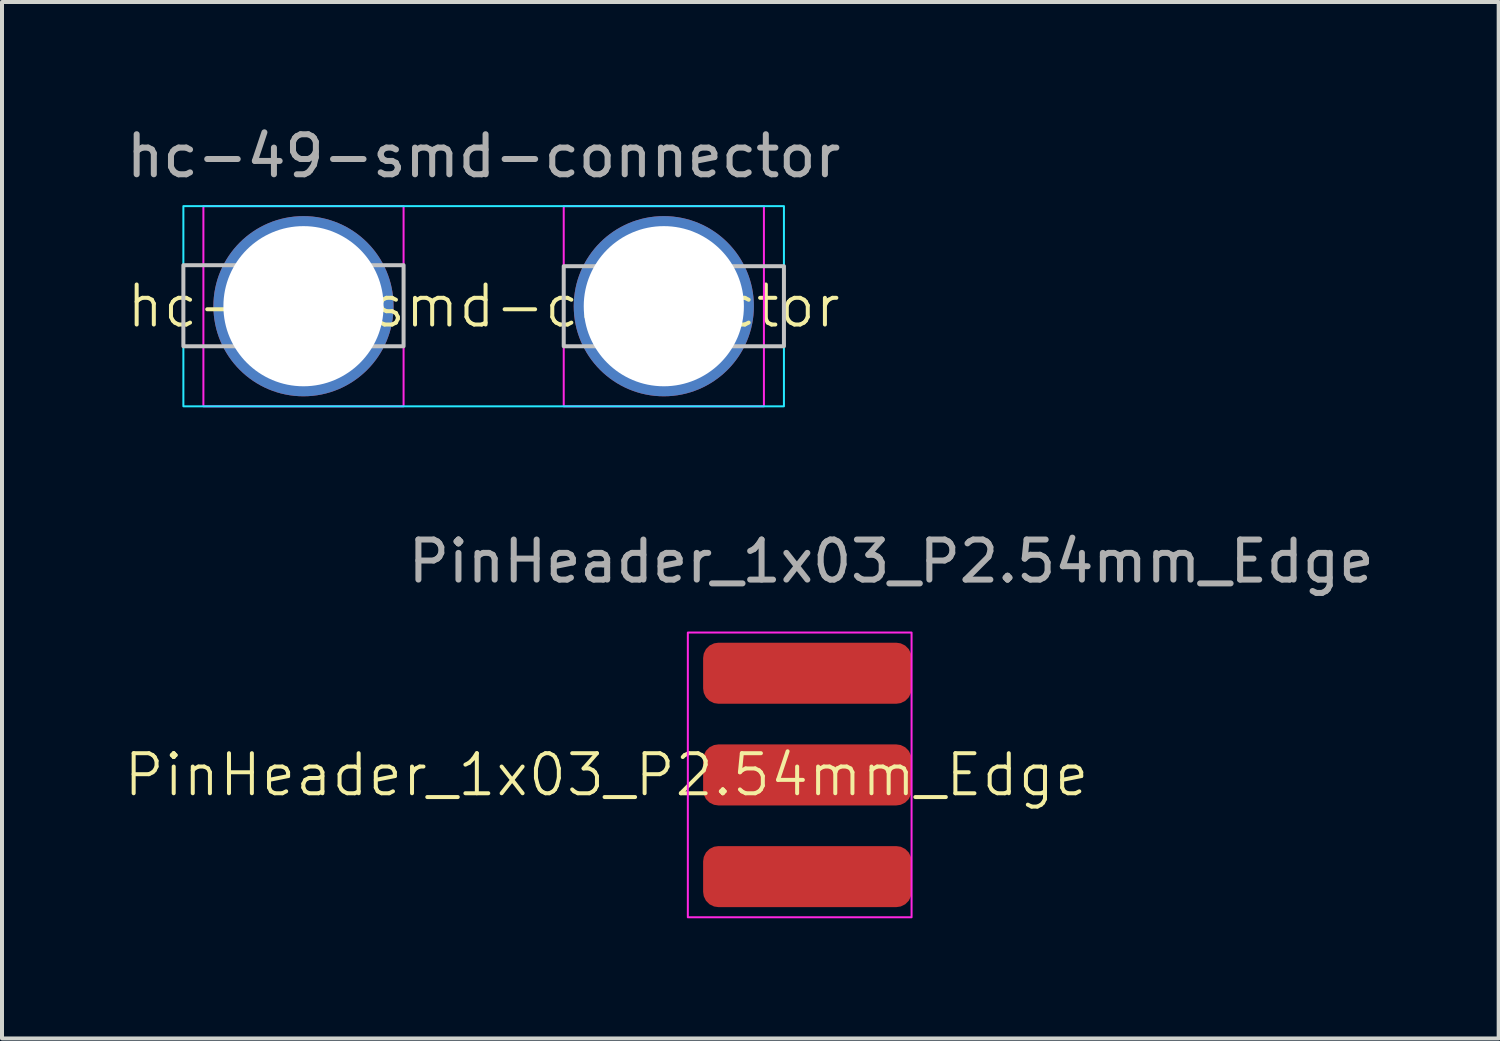
<source format=kicad_pcb>
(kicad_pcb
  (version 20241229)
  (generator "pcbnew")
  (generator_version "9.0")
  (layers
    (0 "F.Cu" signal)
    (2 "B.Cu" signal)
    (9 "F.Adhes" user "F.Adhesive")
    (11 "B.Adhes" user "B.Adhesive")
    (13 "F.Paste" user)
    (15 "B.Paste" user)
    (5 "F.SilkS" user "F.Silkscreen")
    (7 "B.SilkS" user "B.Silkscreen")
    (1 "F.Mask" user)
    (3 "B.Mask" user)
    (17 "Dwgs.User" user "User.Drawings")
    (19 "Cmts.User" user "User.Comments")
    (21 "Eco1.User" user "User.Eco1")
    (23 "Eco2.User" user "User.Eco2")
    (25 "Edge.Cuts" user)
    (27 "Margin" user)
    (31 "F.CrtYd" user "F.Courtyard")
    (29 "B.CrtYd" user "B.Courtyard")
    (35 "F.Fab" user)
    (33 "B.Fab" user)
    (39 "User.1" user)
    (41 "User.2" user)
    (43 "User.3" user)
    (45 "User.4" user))
  (footprint "hc-49-smd-connector"
    (layer "F.Cu")
    (at 9.03 4.598)
    (property "Reference" "hc-49-smd-connector" (at 0 0 0) (unlocked yes) (layer "F.SilkS") (effects (font (size 1 1) (thickness 0.1))))
    (attr through_hole)
    (fp_rect (start -7.5 -1.025) (end -2 1) (stroke (width 0.1) (type default)) (fill no) (layer "Dwgs.User"))
    (fp_rect (start 2 -1) (end 7.5 1) (stroke (width 0.1) (type default)) (fill no) (layer "Dwgs.User"))
    (fp_rect (start -7.5 -2.5) (end 7.5 2.5) (stroke (width 0.05) (type default)) (fill no) (layer "B.CrtYd"))
    (fp_rect (start -7 -2.5) (end -2 2.5) (stroke (width 0.05) (type default)) (fill no) (layer "F.CrtYd"))
    (fp_rect (start 2 -2.5) (end 7 2.5) (stroke (width 0.05) (type default)) (fill no) (layer "F.CrtYd"))
    (fp_text user "${REFERENCE}" (at 0 -3.75 0) (unlocked yes) (layer "F.Fab") (effects (font (size 1 1) (thickness 0.15))))
    (pad "1" thru_hole circle (at -4.5 0) (size 4.5 4.5) (drill 4) (layers "*.Cu" "*.Mask"))
    (pad "2" thru_hole circle (at 4.5 0) (size 4.5 4.5) (drill 4) (layers "*.Cu" "*.Mask")))
  (footprint "PinHeader_1x03_P2.54mm_Edge"
    (layer "F.Cu")
    (at 19.21 16.305)
    (property "Reference" "PinHeader_1x03_P2.54mm_Edge" (at -7.112 0 0) (unlocked yes) (layer "F.SilkS") (effects (font (size 1 1) (thickness 0.1))))
    (attr smd)
    (fp_rect (start -5.08 -3.556) (end 0.508 3.556) (stroke (width 0.05) (type default)) (fill no) (layer "F.CrtYd"))
    (fp_text user "${REFERENCE}" (at 0 -5.334 0) (unlocked yes) (layer "F.Fab") (effects (font (size 1 1) (thickness 0.15))))
    (pad "1" connect roundrect (at -2.095 2.54) (size 5.207 1.524) (layers "F.Cu" "F.Mask") (roundrect_rratio 0.25))
    (pad "2" connect roundrect (at -2.095 0) (size 5.207 1.524) (layers "F.Cu" "F.Mask") (roundrect_rratio 0.25))
    (pad "3" connect roundrect (at -2.095 -2.54) (size 5.207 1.524) (layers "F.Cu" "F.Mask") (roundrect_rratio 0.25)))
  (gr_rect
    (start -3 -3)
    (end 34.382 22.887)
    (stroke (width 0.1) (type default))
    (fill no)
    (layer "Edge.Cuts")))
</source>
